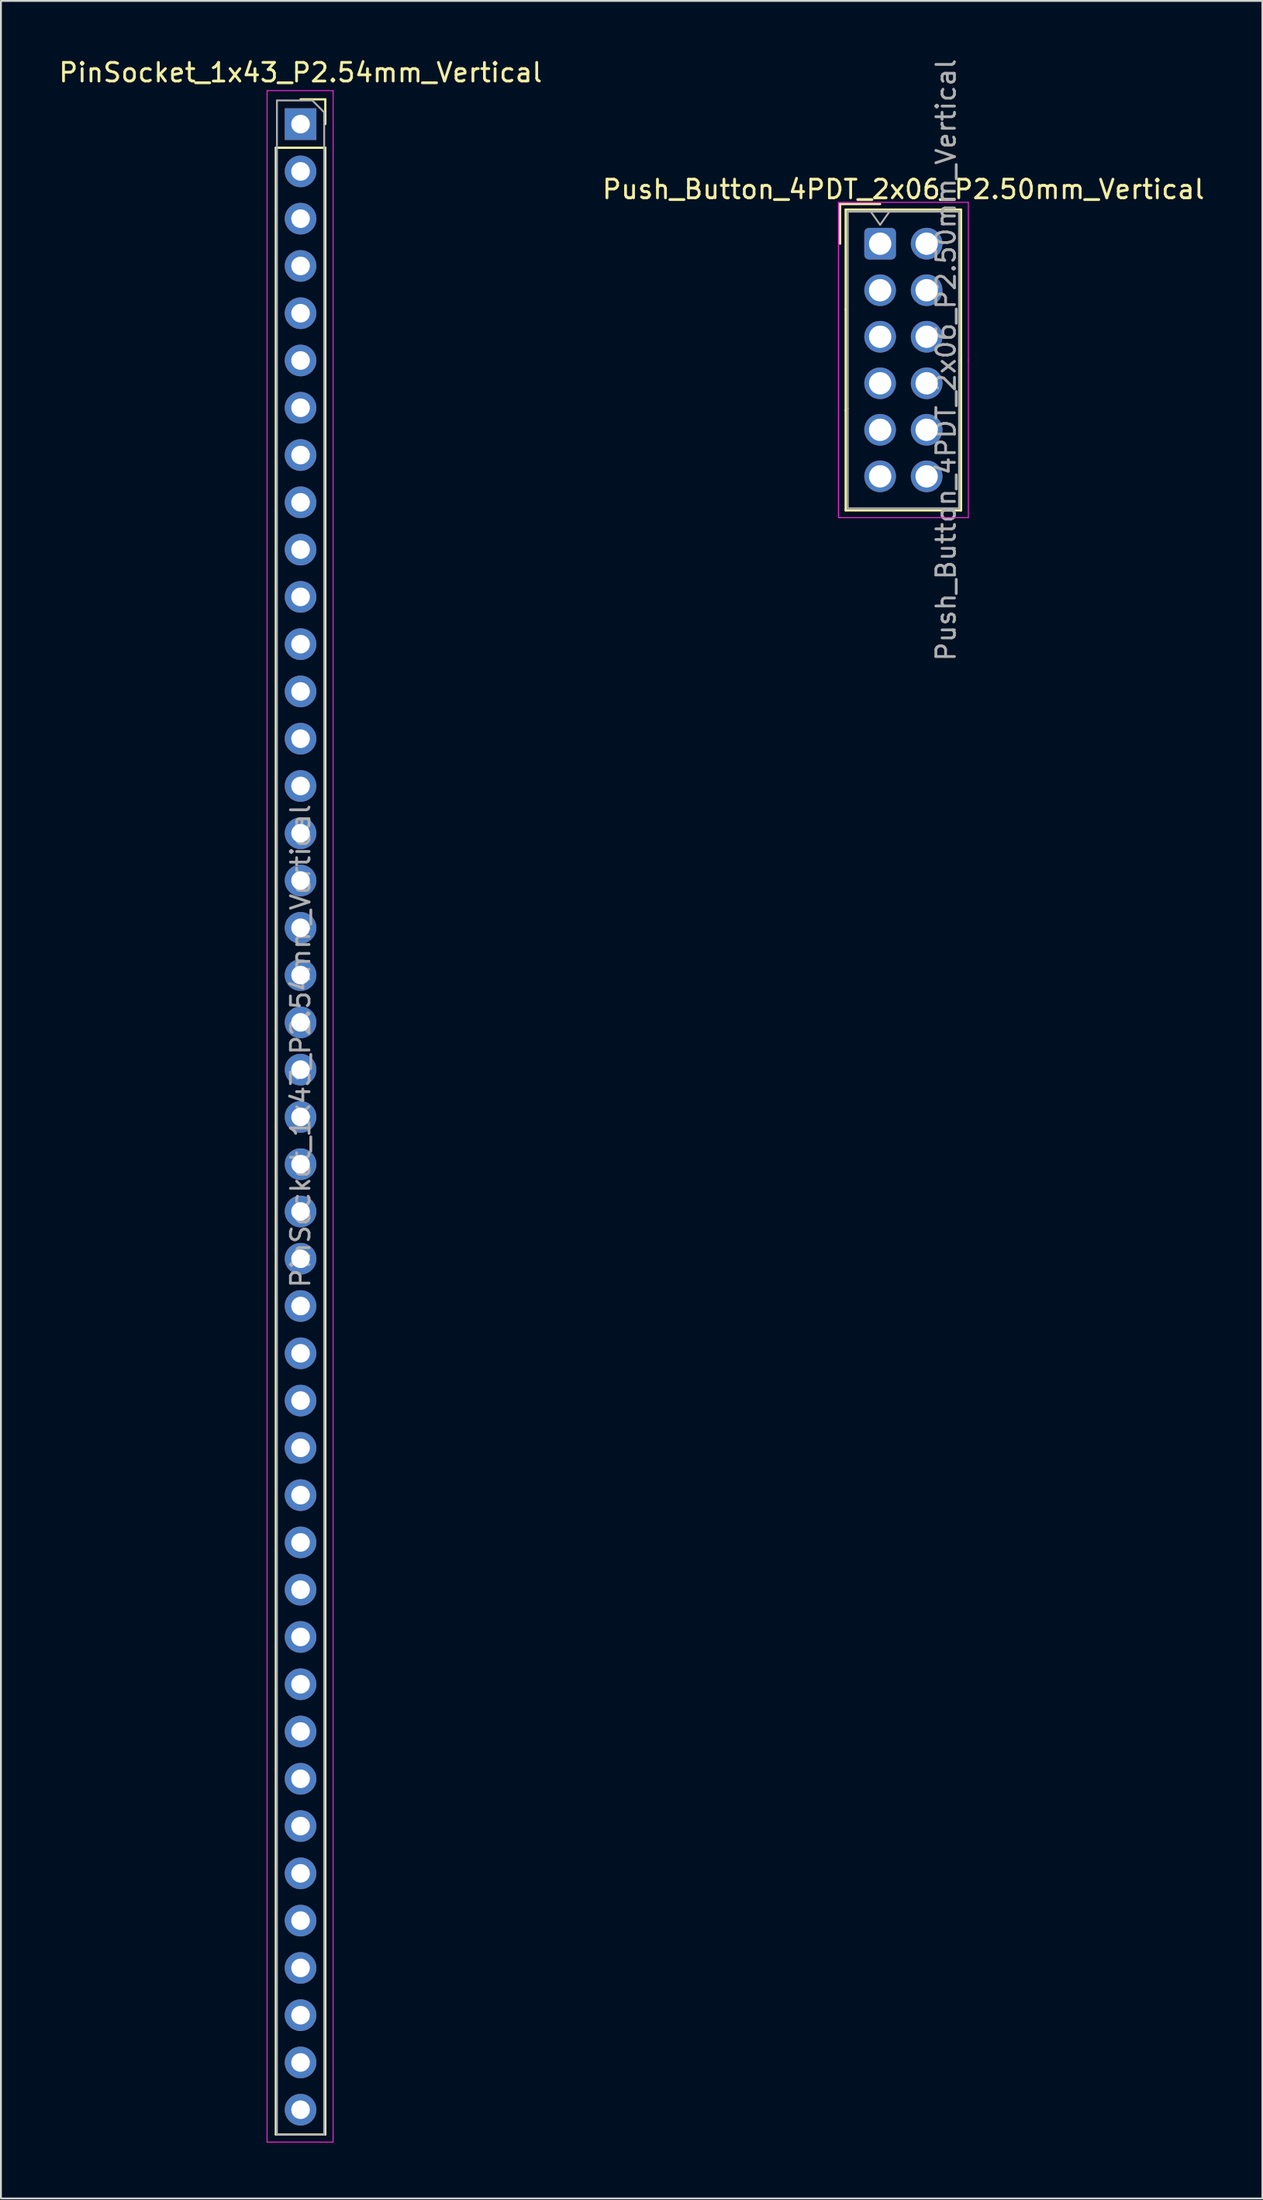
<source format=kicad_pcb>
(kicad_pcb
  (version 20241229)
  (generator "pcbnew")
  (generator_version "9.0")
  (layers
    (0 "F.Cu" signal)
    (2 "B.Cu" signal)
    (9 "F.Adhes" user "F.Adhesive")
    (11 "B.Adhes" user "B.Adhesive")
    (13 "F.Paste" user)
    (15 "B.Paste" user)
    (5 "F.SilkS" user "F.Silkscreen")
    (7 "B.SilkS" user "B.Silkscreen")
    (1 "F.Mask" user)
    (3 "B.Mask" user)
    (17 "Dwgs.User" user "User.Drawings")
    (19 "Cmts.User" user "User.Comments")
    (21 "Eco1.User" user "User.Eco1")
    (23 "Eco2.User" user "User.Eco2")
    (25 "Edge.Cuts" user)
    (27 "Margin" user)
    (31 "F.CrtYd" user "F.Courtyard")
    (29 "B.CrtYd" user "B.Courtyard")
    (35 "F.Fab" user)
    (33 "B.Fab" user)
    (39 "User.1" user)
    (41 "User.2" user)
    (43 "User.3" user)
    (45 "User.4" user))
  (footprint "PinSocket_1x43_P2.54mm_Vertical"
    (layer "F.Cu")
    (at 13.101 3.618)
    (property "Reference" "PinSocket_1x43_P2.54mm_Vertical" (at 0 -2.77 0) (layer "F.SilkS") (effects (font (size 1 1) (thickness 0.15))))
    (attr through_hole)
    (fp_line (start -1.33 1.27) (end -1.33 108.01) (stroke (width 0.12) (type solid)) (layer "F.SilkS"))
    (fp_line (start -1.33 1.27) (end 1.33 1.27) (stroke (width 0.12) (type solid)) (layer "F.SilkS"))
    (fp_line (start -1.33 108.01) (end 1.33 108.01) (stroke (width 0.12) (type solid)) (layer "F.SilkS"))
    (fp_line (start 0 -1.33) (end 1.33 -1.33) (stroke (width 0.12) (type solid)) (layer "F.SilkS"))
    (fp_line (start 1.33 -1.33) (end 1.33 0) (stroke (width 0.12) (type solid)) (layer "F.SilkS"))
    (fp_line (start 1.33 1.27) (end 1.33 108.01) (stroke (width 0.12) (type solid)) (layer "F.SilkS"))
    (fp_line (start -1.8 -1.8) (end 1.75 -1.8) (stroke (width 0.05) (type solid)) (layer "F.CrtYd"))
    (fp_line (start -1.8 108.42) (end -1.8 -1.8) (stroke (width 0.05) (type solid)) (layer "F.CrtYd"))
    (fp_line (start 1.75 -1.8) (end 1.75 108.42) (stroke (width 0.05) (type solid)) (layer "F.CrtYd"))
    (fp_line (start 1.75 108.42) (end -1.8 108.42) (stroke (width 0.05) (type solid)) (layer "F.CrtYd"))
    (fp_line (start -1.27 -1.27) (end 0.635 -1.27) (stroke (width 0.1) (type solid)) (layer "F.Fab"))
    (fp_line (start -1.27 108.01) (end -1.27 -1.27) (stroke (width 0.1) (type solid)) (layer "F.Fab"))
    (fp_line (start 0.635 -1.27) (end 1.27 -0.635) (stroke (width 0.1) (type solid)) (layer "F.Fab"))
    (fp_line (start 1.27 -0.635) (end 1.27 108.01) (stroke (width 0.1) (type solid)) (layer "F.Fab"))
    (fp_line (start 1.27 108.01) (end -1.27 108.01) (stroke (width 0.1) (type solid)) (layer "F.Fab"))
    (fp_text user "${REFERENCE}" (at 0 49.53 90) (layer "F.Fab") (effects (font (size 1 1) (thickness 0.15))))
    (pad "1" thru_hole rect (at 0 0) (size 1.7 1.7) (drill 1) (layers "*.Cu" "*.Mask"))
    (pad "2" thru_hole oval (at 0 2.54) (size 1.7 1.7) (drill 1) (layers "*.Cu" "*.Mask"))
    (pad "3" thru_hole oval (at 0 5.08) (size 1.7 1.7) (drill 1) (layers "*.Cu" "*.Mask"))
    (pad "4" thru_hole oval (at 0 7.62) (size 1.7 1.7) (drill 1) (layers "*.Cu" "*.Mask"))
    (pad "5" thru_hole oval (at 0 10.16) (size 1.7 1.7) (drill 1) (layers "*.Cu" "*.Mask"))
    (pad "6" thru_hole oval (at 0 12.7) (size 1.7 1.7) (drill 1) (layers "*.Cu" "*.Mask"))
    (pad "7" thru_hole oval (at 0 15.24) (size 1.7 1.7) (drill 1) (layers "*.Cu" "*.Mask"))
    (pad "8" thru_hole oval (at 0 17.78) (size 1.7 1.7) (drill 1) (layers "*.Cu" "*.Mask"))
    (pad "9" thru_hole oval (at 0 20.32) (size 1.7 1.7) (drill 1) (layers "*.Cu" "*.Mask"))
    (pad "10" thru_hole oval (at 0 22.86) (size 1.7 1.7) (drill 1) (layers "*.Cu" "*.Mask"))
    (pad "11" thru_hole oval (at 0 25.4) (size 1.7 1.7) (drill 1) (layers "*.Cu" "*.Mask"))
    (pad "12" thru_hole oval (at 0 27.94) (size 1.7 1.7) (drill 1) (layers "*.Cu" "*.Mask"))
    (pad "13" thru_hole oval (at 0 30.48) (size 1.7 1.7) (drill 1) (layers "*.Cu" "*.Mask"))
    (pad "14" thru_hole oval (at 0 33.02) (size 1.7 1.7) (drill 1) (layers "*.Cu" "*.Mask"))
    (pad "15" thru_hole oval (at 0 35.56) (size 1.7 1.7) (drill 1) (layers "*.Cu" "*.Mask"))
    (pad "16" thru_hole oval (at 0 38.1) (size 1.7 1.7) (drill 1) (layers "*.Cu" "*.Mask"))
    (pad "17" thru_hole oval (at 0 40.64) (size 1.7 1.7) (drill 1) (layers "*.Cu" "*.Mask"))
    (pad "18" thru_hole oval (at 0 43.18) (size 1.7 1.7) (drill 1) (layers "*.Cu" "*.Mask"))
    (pad "19" thru_hole oval (at 0 45.72) (size 1.7 1.7) (drill 1) (layers "*.Cu" "*.Mask"))
    (pad "20" thru_hole oval (at 0 48.26) (size 1.7 1.7) (drill 1) (layers "*.Cu" "*.Mask"))
    (pad "21" thru_hole oval (at 0 50.8) (size 1.7 1.7) (drill 1) (layers "*.Cu" "*.Mask"))
    (pad "22" thru_hole oval (at 0 53.34) (size 1.7 1.7) (drill 1) (layers "*.Cu" "*.Mask"))
    (pad "23" thru_hole oval (at 0 55.88) (size 1.7 1.7) (drill 1) (layers "*.Cu" "*.Mask"))
    (pad "24" thru_hole oval (at 0 58.42) (size 1.7 1.7) (drill 1) (layers "*.Cu" "*.Mask"))
    (pad "25" thru_hole oval (at 0 60.96) (size 1.7 1.7) (drill 1) (layers "*.Cu" "*.Mask"))
    (pad "26" thru_hole oval (at 0 63.5) (size 1.7 1.7) (drill 1) (layers "*.Cu" "*.Mask"))
    (pad "27" thru_hole oval (at 0 66.04) (size 1.7 1.7) (drill 1) (layers "*.Cu" "*.Mask"))
    (pad "28" thru_hole oval (at 0 68.58) (size 1.7 1.7) (drill 1) (layers "*.Cu" "*.Mask"))
    (pad "29" thru_hole oval (at 0 71.12) (size 1.7 1.7) (drill 1) (layers "*.Cu" "*.Mask"))
    (pad "30" thru_hole oval (at 0 73.66) (size 1.7 1.7) (drill 1) (layers "*.Cu" "*.Mask"))
    (pad "31" thru_hole oval (at 0 76.2) (size 1.7 1.7) (drill 1) (layers "*.Cu" "*.Mask"))
    (pad "32" thru_hole oval (at 0 78.74) (size 1.7 1.7) (drill 1) (layers "*.Cu" "*.Mask"))
    (pad "33" thru_hole oval (at 0 81.28) (size 1.7 1.7) (drill 1) (layers "*.Cu" "*.Mask"))
    (pad "34" thru_hole oval (at 0 83.82) (size 1.7 1.7) (drill 1) (layers "*.Cu" "*.Mask"))
    (pad "35" thru_hole oval (at 0 86.36) (size 1.7 1.7) (drill 1) (layers "*.Cu" "*.Mask"))
    (pad "36" thru_hole oval (at 0 88.9) (size 1.7 1.7) (drill 1) (layers "*.Cu" "*.Mask"))
    (pad "37" thru_hole oval (at 0 91.44) (size 1.7 1.7) (drill 1) (layers "*.Cu" "*.Mask"))
    (pad "38" thru_hole oval (at 0 93.98) (size 1.7 1.7) (drill 1) (layers "*.Cu" "*.Mask"))
    (pad "39" thru_hole oval (at 0 96.52) (size 1.7 1.7) (drill 1) (layers "*.Cu" "*.Mask"))
    (pad "40" thru_hole oval (at 0 99.06) (size 1.7 1.7) (drill 1) (layers "*.Cu" "*.Mask"))
    (pad "41" thru_hole oval (at 0 101.6) (size 1.7 1.7) (drill 1) (layers "*.Cu" "*.Mask"))
    (pad "42" thru_hole oval (at 0 104.14) (size 1.7 1.7) (drill 1) (layers "*.Cu" "*.Mask"))
    (pad "43" thru_hole oval (at 0 106.68) (size 1.7 1.7) (drill 1) (layers "*.Cu" "*.Mask")))
  (footprint "Push_Button_4PDT_2x06_P2.50mm_Vertical"
    (layer "F.Cu")
    (at 44.244 10.042)
    (property "Reference" "Push_Button_4PDT_2x06_P2.50mm_Vertical" (at 1.25 -2.92 0) (layer "F.SilkS") (effects (font (size 1 1) (thickness 0.15))))
    (attr through_hole)
    (fp_line (start -2.15 -2.13) (end -2.15 0) (stroke (width 0.12) (type solid)) (layer "F.SilkS"))
    (fp_line (start -1.85 -1.83) (end -1.85 3.54) (stroke (width 0.12) (type solid)) (layer "F.SilkS"))
    (fp_line (start -1.85 3.54) (end -1.85 8.96) (stroke (width 0.12) (type default)) (layer "F.SilkS"))
    (fp_line (start -1.85 14.33) (end -1.85 8.96) (stroke (width 0.12) (type solid)) (layer "F.SilkS"))
    (fp_line (start 0 -2.13) (end -2.15 -2.13) (stroke (width 0.12) (type solid)) (layer "F.SilkS"))
    (fp_line (start 4.35 -1.83) (end -1.85 -1.83) (stroke (width 0.12) (type solid)) (layer "F.SilkS"))
    (fp_line (start 4.35 6.25) (end 4.35 -1.83) (stroke (width 0.12) (type solid)) (layer "F.SilkS"))
    (fp_line (start 4.35 6.25) (end 4.35 14.33) (stroke (width 0.12) (type solid)) (layer "F.SilkS"))
    (fp_line (start 4.35 14.33) (end -1.85 14.33) (stroke (width 0.12) (type solid)) (layer "F.SilkS"))
    (fp_line (start -2.24 -2.22) (end -2.24 3.15) (stroke (width 0.05) (type solid)) (layer "F.CrtYd"))
    (fp_line (start -2.24 3.15) (end -2.24 9.35) (stroke (width 0.05) (type default)) (layer "F.CrtYd"))
    (fp_line (start -2.24 14.72) (end -2.24 9.35) (stroke (width 0.05) (type solid)) (layer "F.CrtYd"))
    (fp_line (start 4.74 -2.22) (end -2.24 -2.22) (stroke (width 0.05) (type solid)) (layer "F.CrtYd"))
    (fp_line (start 4.74 6.25) (end 4.74 -2.22) (stroke (width 0.05) (type solid)) (layer "F.CrtYd"))
    (fp_line (start 4.74 6.25) (end 4.74 14.72) (stroke (width 0.05) (type solid)) (layer "F.CrtYd"))
    (fp_line (start 4.74 14.72) (end -2.24 14.72) (stroke (width 0.05) (type solid)) (layer "F.CrtYd"))
    (fp_line (start -1.74 -1.72) (end -1.74 8.85) (stroke (width 0.1) (type solid)) (layer "F.Fab"))
    (fp_line (start -1.74 14.22) (end -1.74 8.85) (stroke (width 0.1) (type solid)) (layer "F.Fab"))
    (fp_line (start -0.5 -1.72) (end 0 -1.013) (stroke (width 0.1) (type solid)) (layer "F.Fab"))
    (fp_line (start 0 -1.013) (end 0.5 -1.72) (stroke (width 0.1) (type solid)) (layer "F.Fab"))
    (fp_line (start 4.24 -1.72) (end -1.74 -1.72) (stroke (width 0.1) (type solid)) (layer "F.Fab"))
    (fp_line (start 4.24 6.25) (end 4.24 -1.72) (stroke (width 0.1) (type solid)) (layer "F.Fab"))
    (fp_line (start 4.24 6.25) (end 4.24 14.22) (stroke (width 0.1) (type solid)) (layer "F.Fab"))
    (fp_line (start 4.24 14.22) (end -1.74 14.22) (stroke (width 0.1) (type solid)) (layer "F.Fab"))
    (fp_text user "${REFERENCE}" (at 3.54 6.25 90) (layer "F.Fab") (effects (font (size 1 1) (thickness 0.15))))
    (pad "1" thru_hole roundrect (at 0 0) (size 1.7 1.7) (drill 1.2) (layers "*.Cu" "*.Mask") (roundrect_rratio 0.147))
    (pad "2" thru_hole circle (at 0 2.5) (size 1.7 1.7) (drill 1.2) (layers "*.Cu" "*.Mask"))
    (pad "3" thru_hole circle (at 0 5) (size 1.7 1.7) (drill 1.2) (layers "*.Cu" "*.Mask"))
    (pad "4" thru_hole circle (at 0 7.5) (size 1.7 1.7) (drill 1.2) (layers "*.Cu" "*.Mask"))
    (pad "5" thru_hole circle (at 0 10) (size 1.7 1.7) (drill 1.2) (layers "*.Cu" "*.Mask"))
    (pad "6" thru_hole circle (at 0 12.5) (size 1.7 1.7) (drill 1.2) (layers "*.Cu" "*.Mask"))
    (pad "7" thru_hole circle (at 2.5 0) (size 1.7 1.7) (drill 1.2) (layers "*.Cu" "*.Mask"))
    (pad "8" thru_hole circle (at 2.5 2.5) (size 1.7 1.7) (drill 1.2) (layers "*.Cu" "*.Mask"))
    (pad "9" thru_hole circle (at 2.5 5) (size 1.7 1.7) (drill 1.2) (layers "*.Cu" "*.Mask"))
    (pad "10" thru_hole circle (at 2.5 7.5) (size 1.7 1.7) (drill 1.2) (layers "*.Cu" "*.Mask"))
    (pad "11" thru_hole circle (at 2.5 10) (size 1.7 1.7) (drill 1.2) (layers "*.Cu" "*.Mask"))
    (pad "12" thru_hole circle (at 2.5 12.5) (size 1.7 1.7) (drill 1.2) (layers "*.Cu" "*.Mask")))
  (gr_rect
    (start -3 -3)
    (end 64.786 115.063)
    (stroke (width 0.1) (type default))
    (fill no)
    (layer "Edge.Cuts")))
</source>
